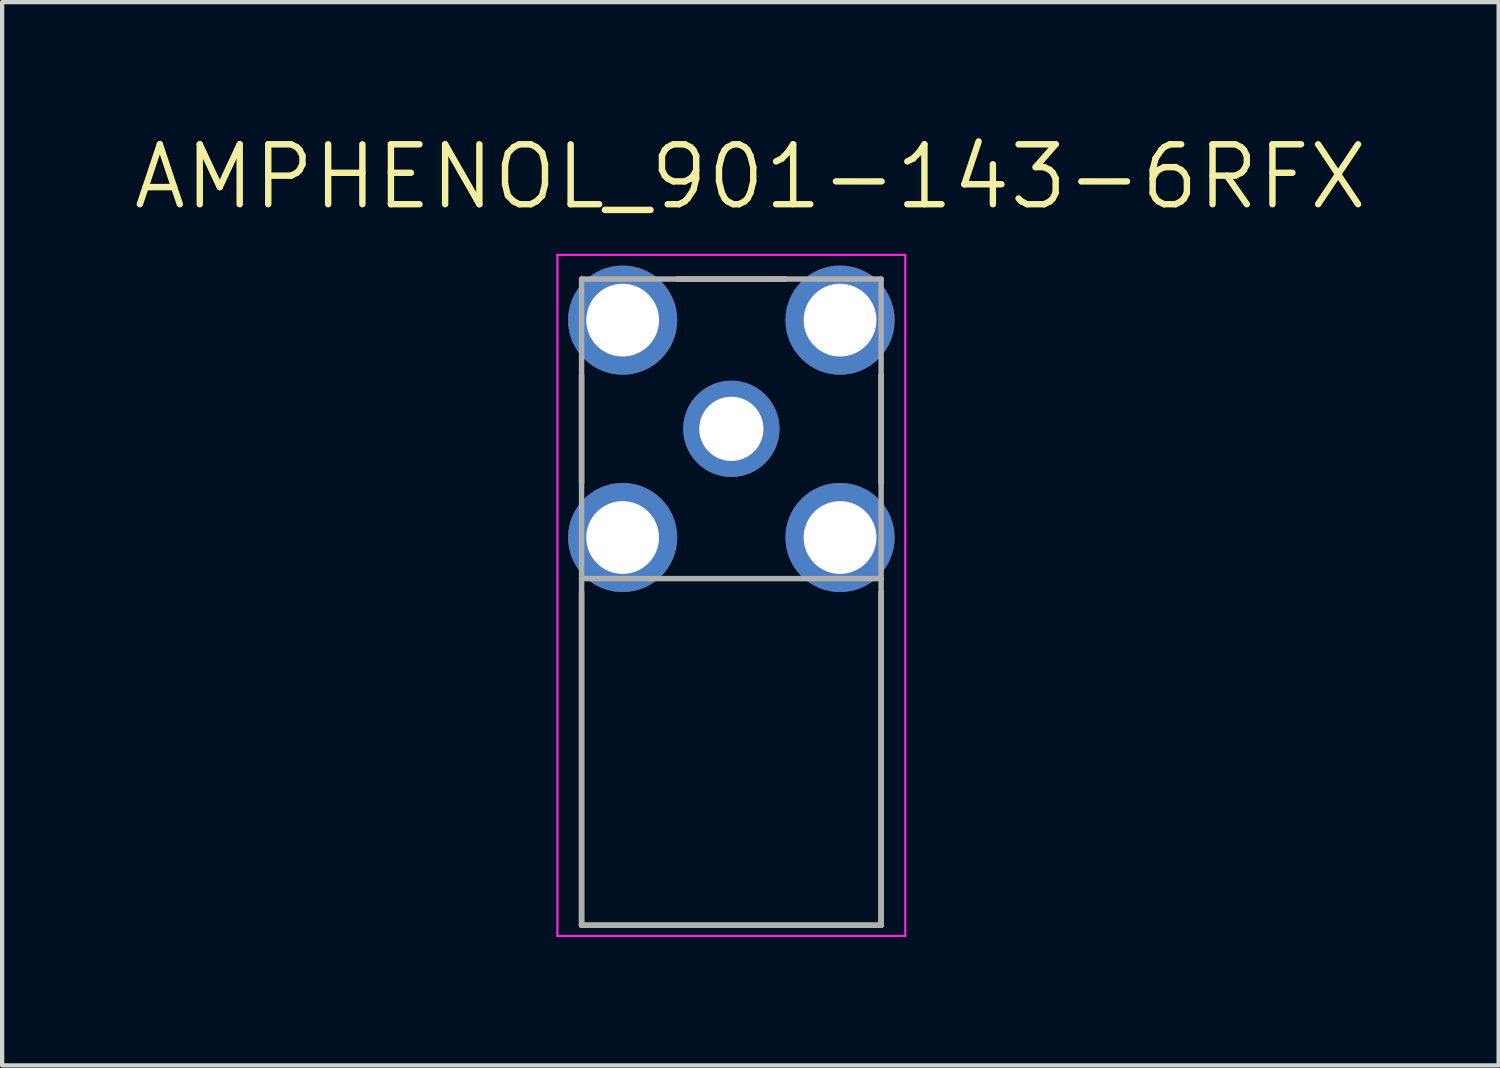
<source format=kicad_pcb>
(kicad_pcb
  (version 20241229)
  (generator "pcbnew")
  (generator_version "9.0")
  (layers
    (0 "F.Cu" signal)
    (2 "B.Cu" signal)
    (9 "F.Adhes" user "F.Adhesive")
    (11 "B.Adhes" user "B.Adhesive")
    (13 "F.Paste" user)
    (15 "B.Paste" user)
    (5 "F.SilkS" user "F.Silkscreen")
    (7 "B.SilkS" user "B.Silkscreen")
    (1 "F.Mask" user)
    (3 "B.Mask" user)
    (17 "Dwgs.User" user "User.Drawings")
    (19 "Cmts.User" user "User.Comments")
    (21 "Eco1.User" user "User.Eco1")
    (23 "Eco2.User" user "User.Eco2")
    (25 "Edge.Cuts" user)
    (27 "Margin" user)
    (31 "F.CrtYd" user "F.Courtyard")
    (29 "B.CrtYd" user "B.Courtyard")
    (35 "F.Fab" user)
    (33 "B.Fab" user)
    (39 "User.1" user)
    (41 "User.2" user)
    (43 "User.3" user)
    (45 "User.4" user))
  (footprint "AMPHENOL_901-143-6RFX"
    (layer "F.Cu")
    (at 14.04 6.971)
    (property "Reference" "AMPHENOL_901-143-6RFX" (at 0.445 -5.889 0) (layer "F.SilkS") (effects (font (size 1.4 1.4) (thickness 0.15))))
    (attr through_hole)
    (fp_line (start -3.5 -1.26) (end -3.5 1.26) (stroke (width 0.127) (type solid)) (layer "F.SilkS"))
    (fp_line (start -3.5 11.6) (end -3.5 3.82) (stroke (width 0.127) (type solid)) (layer "F.SilkS"))
    (fp_line (start 1.26 -3.5) (end -1.26 -3.5) (stroke (width 0.127) (type solid)) (layer "F.SilkS"))
    (fp_line (start 3.5 1.26) (end 3.5 -1.26) (stroke (width 0.127) (type solid)) (layer "F.SilkS"))
    (fp_line (start 3.5 3.82) (end 3.5 11.6) (stroke (width 0.127) (type solid)) (layer "F.SilkS"))
    (fp_line (start 3.5 11.6) (end -3.5 11.6) (stroke (width 0.127) (type solid)) (layer "F.SilkS"))
    (fp_line (start -4.065 -4.065) (end -4.065 11.85) (stroke (width 0.05) (type solid)) (layer "F.CrtYd"))
    (fp_line (start -4.065 11.85) (end 4.065 11.85) (stroke (width 0.05) (type solid)) (layer "F.CrtYd"))
    (fp_line (start 4.065 -4.065) (end -4.065 -4.065) (stroke (width 0.05) (type solid)) (layer "F.CrtYd"))
    (fp_line (start 4.065 11.85) (end 4.065 -4.065) (stroke (width 0.05) (type solid)) (layer "F.CrtYd"))
    (fp_line (start -3.5 -3.5) (end 3.5 -3.5) (stroke (width 0.127) (type solid)) (layer "F.Fab"))
    (fp_line (start -3.5 3.5) (end -3.5 -3.5) (stroke (width 0.127) (type solid)) (layer "F.Fab"))
    (fp_line (start -3.5 3.5) (end 3.5 3.5) (stroke (width 0.127) (type solid)) (layer "F.Fab"))
    (fp_line (start -3.5 11.6) (end -3.5 3.5) (stroke (width 0.127) (type solid)) (layer "F.Fab"))
    (fp_line (start 3.5 -3.5) (end 3.5 3.5) (stroke (width 0.127) (type solid)) (layer "F.Fab"))
    (fp_line (start 3.5 3.5) (end 3.5 11.6) (stroke (width 0.127) (type solid)) (layer "F.Fab"))
    (fp_line (start 3.5 11.6) (end -3.5 11.6) (stroke (width 0.127) (type solid)) (layer "F.Fab"))
    (pad "1" thru_hole circle (at 0 0) (size 2.25 2.25) (drill 1.5) (layers "*.Cu" "*.Mask"))
    (pad "S1" thru_hole circle (at -2.54 -2.54) (size 2.55 2.55) (drill 1.7) (layers "*.Cu" "*.Mask"))
    (pad "S2" thru_hole circle (at 2.54 -2.54) (size 2.55 2.55) (drill 1.7) (layers "*.Cu" "*.Mask"))
    (pad "S3" thru_hole circle (at -2.54 2.54) (size 2.55 2.55) (drill 1.7) (layers "*.Cu" "*.Mask"))
    (pad "S4" thru_hole circle (at 2.54 2.54) (size 2.55 2.55) (drill 1.7) (layers "*.Cu" "*.Mask")))
  (gr_rect
    (start -3 -3)
    (end 31.97 21.846)
    (stroke (width 0.1) (type default))
    (fill no)
    (layer "Edge.Cuts")))
</source>
